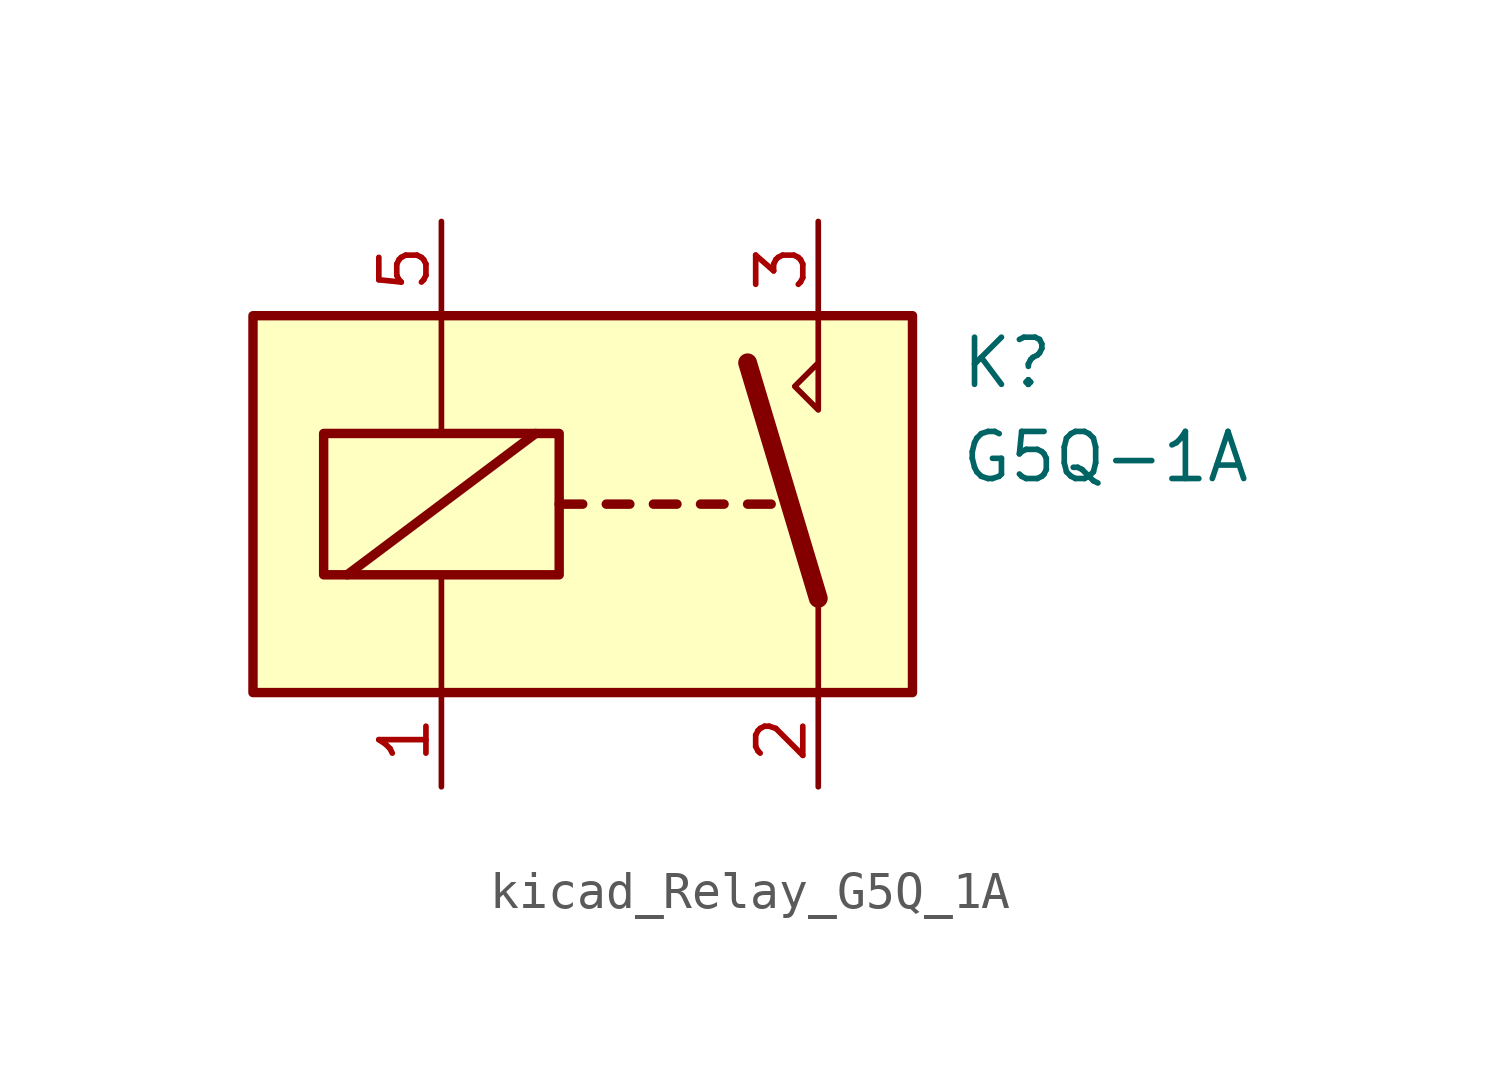
<source format=kicad_sym>
(kicad_symbol_lib
  (version 20220914)
  (generator kicad_symbol_editor)
  (symbol "kicad_Relay_G5Q_1A"
    (property "Reference" "K"
      (at 8.89 3.81 0)
      (effects (font (size 1.27 1.27)) (justify left)))
    (property "Value" "G5Q-1A"
      (at 8.89 1.27 0)
      (effects (font (size 1.27 1.27)) (justify left)))
    (symbol "kicad_Relay_G5Q_1A_0_0"
      (polyline (pts (xy 5.08 5.08) (xy 5.08 2.54) (xy 4.445 3.175) (xy 5.08 3.81)) (stroke (width 0) (type default)) (fill (type none))))
    (symbol "kicad_Relay_G5Q_1A_0_1"
      (rectangle (start -10.16 5.08) (end 7.62 -5.08) (stroke (width 0.254) (type default)) (fill (type background)))
      (rectangle (start -8.255 1.905) (end -1.905 -1.905) (stroke (width 0.254) (type default)) (fill (type none)))
      (polyline (pts (xy -7.62 -1.905) (xy -2.54 1.905)) (stroke (width 0.254) (type default)) (fill (type none)))
      (polyline (pts (xy -5.08 -5.08) (xy -5.08 -1.905)) (stroke (width 0) (type default)) (fill (type none)))
      (polyline (pts (xy -5.08 5.08) (xy -5.08 1.905)) (stroke (width 0) (type default)) (fill (type none)))
      (polyline (pts (xy -1.905 0) (xy -1.27 0)) (stroke (width 0.254) (type default)) (fill (type none)))
      (polyline (pts (xy -0.635 0) (xy 0 0)) (stroke (width 0.254) (type default)) (fill (type none)))
      (polyline (pts (xy 0.635 0) (xy 1.27 0)) (stroke (width 0.254) (type default)) (fill (type none)))
      (polyline (pts (xy 1.905 0) (xy 2.54 0)) (stroke (width 0.254) (type default)) (fill (type none)))
      (polyline (pts (xy 3.175 0) (xy 3.81 0)) (stroke (width 0.254) (type default)) (fill (type none)))
      (polyline (pts (xy 5.08 -2.54) (xy 3.175 3.81)) (stroke (width 0.508) (type default)) (fill (type none)))
      (polyline (pts (xy 5.08 -2.54) (xy 5.08 -5.08)) (stroke (width 0) (type default)) (fill (type none))))
    (symbol "kicad_Relay_G5Q_1A_1_1"
      (pin passive line (at -5.08 -7.62 90) (length 2.54) (name "~" (effects (font (size 1.27 1.27)))) (number "1" (effects (font (size 1.27 1.27)))))
      (pin passive line (at 5.08 -7.62 90) (length 2.54) (name "~" (effects (font (size 1.27 1.27)))) (number "2" (effects (font (size 1.27 1.27)))))
      (pin passive line (at 5.08 7.62 270) (length 2.54) (name "~" (effects (font (size 1.27 1.27)))) (number "3" (effects (font (size 1.27 1.27)))))
      (pin passive line (at -5.08 7.62 270) (length 2.54) (name "~" (effects (font (size 1.27 1.27)))) (number "5" (effects (font (size 1.27 1.27))))))))
</source>
